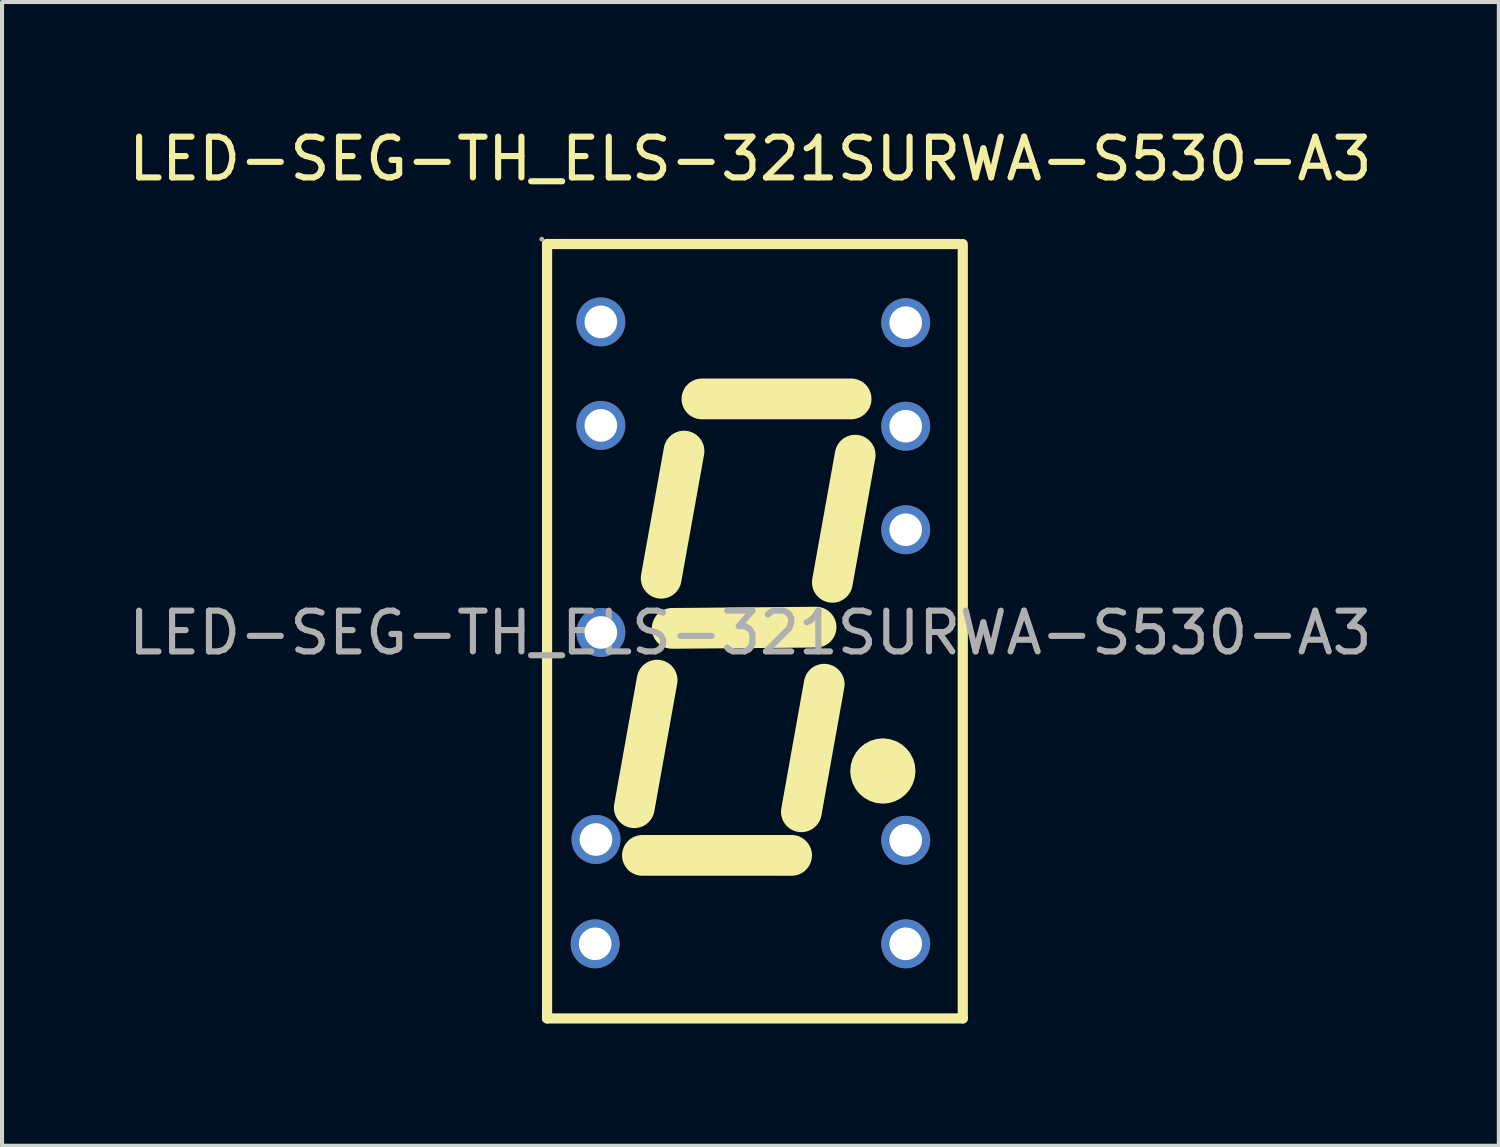
<source format=kicad_pcb>
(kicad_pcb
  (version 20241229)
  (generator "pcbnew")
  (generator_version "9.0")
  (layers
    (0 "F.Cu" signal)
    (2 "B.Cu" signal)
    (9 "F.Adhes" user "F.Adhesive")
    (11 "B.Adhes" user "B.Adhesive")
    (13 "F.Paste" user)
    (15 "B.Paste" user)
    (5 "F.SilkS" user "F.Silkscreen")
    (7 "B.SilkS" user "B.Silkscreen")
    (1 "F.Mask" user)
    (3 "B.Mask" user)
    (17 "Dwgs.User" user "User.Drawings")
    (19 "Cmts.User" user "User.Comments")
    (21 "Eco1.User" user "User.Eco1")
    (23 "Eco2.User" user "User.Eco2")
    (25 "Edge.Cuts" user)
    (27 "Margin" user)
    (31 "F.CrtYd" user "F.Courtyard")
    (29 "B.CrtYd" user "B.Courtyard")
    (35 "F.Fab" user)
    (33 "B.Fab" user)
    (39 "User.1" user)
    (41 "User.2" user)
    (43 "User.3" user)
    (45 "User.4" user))
  (footprint "LED-SEG-TH_ELS-321SURWA-S530-A3"
    (layer "F.Cu")
    (at 15.363 12.478)
    (property "Reference" "LED-SEG-TH_ELS-321SURWA-S530-A3" (at 0 -11.63 0) (layer "F.SilkS") (effects (font (size 1 1) (thickness 0.15))))
    (attr through_hole)
    (fp_line (start -4.99 -9.54) (end -4.99 9.46) (stroke (width 0.25) (type solid)) (layer "F.SilkS"))
    (fp_line (start -4.99 9.46) (end 5.21 9.46) (stroke (width 0.25) (type solid)) (layer "F.SilkS"))
    (fp_line (start -2.85 4.29) (end -2.29 1.16) (stroke (width 1) (type solid)) (layer "F.SilkS"))
    (fp_line (start -2.19 -1.34) (end -1.63 -4.46) (stroke (width 1) (type solid)) (layer "F.SilkS"))
    (fp_line (start 1.01 5.46) (end -2.65 5.46) (stroke (width 1) (type solid)) (layer "F.SilkS"))
    (fp_line (start 1.25 4.39) (end 1.81 1.26) (stroke (width 1) (type solid)) (layer "F.SilkS"))
    (fp_line (start 1.61 -0.14) (end -1.92 -0.11) (stroke (width 1) (type solid)) (layer "F.SilkS"))
    (fp_line (start 2.01 -1.24) (end 2.57 -4.36) (stroke (width 1) (type solid)) (layer "F.SilkS"))
    (fp_line (start 2.47 -5.74) (end -1.19 -5.74) (stroke (width 1) (type solid)) (layer "F.SilkS"))
    (fp_line (start 5.11 -9.54) (end -4.99 -9.54) (stroke (width 0.25) (type solid)) (layer "F.SilkS"))
    (fp_line (start 5.21 -9.54) (end 5.21 9.46) (stroke (width 0.25) (type solid)) (layer "F.SilkS"))
    (fp_arc (start 3.26 3.09) (mid 3.245001 3.690125) (end 3.249996 3.089833) (stroke (width 1) (type solid)) (layer "F.SilkS"))
    (fp_circle (center -5.12 -9.66) (end -5.09 -9.66) (stroke (width 0.06) (type solid)) (fill no) (layer "F.Fab"))
    (fp_circle (center -3.81 7.63) (end -3.66 7.63) (stroke (width 0.3) (type solid)) (fill no) (layer "F.Fab"))
    (fp_circle (center -3.79 5.07) (end -3.64 5.07) (stroke (width 0.3) (type solid)) (fill no) (layer "F.Fab"))
    (fp_circle (center -3.67 -7.63) (end -3.52 -7.63) (stroke (width 0.3) (type solid)) (fill no) (layer "F.Fab"))
    (fp_circle (center -3.67 -5.09) (end -3.52 -5.09) (stroke (width 0.3) (type solid)) (fill no) (layer "F.Fab"))
    (fp_circle (center -3.67 -0.01) (end -3.52 -0.01) (stroke (width 0.3) (type solid)) (fill no) (layer "F.Fab"))
    (fp_circle (center 3.81 -7.61) (end 3.96 -7.61) (stroke (width 0.3) (type solid)) (fill no) (layer "F.Fab"))
    (fp_circle (center 3.81 -5.07) (end 3.96 -5.07) (stroke (width 0.3) (type solid)) (fill no) (layer "F.Fab"))
    (fp_circle (center 3.81 -2.53) (end 3.96 -2.53) (stroke (width 0.3) (type solid)) (fill no) (layer "F.Fab"))
    (fp_circle (center 3.81 5.09) (end 3.96 5.09) (stroke (width 0.3) (type solid)) (fill no) (layer "F.Fab"))
    (fp_circle (center 3.81 7.63) (end 3.96 7.63) (stroke (width 0.3) (type solid)) (fill no) (layer "F.Fab"))
    (fp_text user "${REFERENCE}" (at 0 0 0) (layer "F.Fab") (effects (font (size 1 1) (thickness 0.15))))
    (pad "1" thru_hole circle (at -3.67 -7.63 180) (size 1.2 1.2) (drill 0.8) (layers "*.Cu" "*.Paste" "*.Mask"))
    (pad "2" thru_hole circle (at -3.67 -5.09 180) (size 1.2 1.2) (drill 0.8) (layers "*.Cu" "*.Paste" "*.Mask"))
    (pad "4" thru_hole circle (at -3.67 -0.01 180) (size 1.2 1.2) (drill 0.8) (layers "*.Cu" "*.Paste" "*.Mask"))
    (pad "6" thru_hole circle (at -3.79 5.07 180) (size 1.2 1.2) (drill 0.8) (layers "*.Cu" "*.Paste" "*.Mask"))
    (pad "7" thru_hole circle (at -3.81 7.63 180) (size 1.2 1.2) (drill 0.8) (layers "*.Cu" "*.Paste" "*.Mask"))
    (pad "8" thru_hole circle (at 3.81 7.63 180) (size 1.2 1.2) (drill 0.8) (layers "*.Cu" "*.Paste" "*.Mask"))
    (pad "9" thru_hole circle (at 3.81 5.09 180) (size 1.2 1.2) (drill 0.8) (layers "*.Cu" "*.Paste" "*.Mask"))
    (pad "12" thru_hole circle (at 3.81 -2.53 180) (size 1.2 1.2) (drill 0.8) (layers "*.Cu" "*.Paste" "*.Mask"))
    (pad "13" thru_hole circle (at 3.81 -5.07 180) (size 1.2 1.2) (drill 0.8) (layers "*.Cu" "*.Paste" "*.Mask"))
    (pad "14" thru_hole circle (at 3.81 -7.61 180) (size 1.2 1.2) (drill 0.8) (layers "*.Cu" "*.Paste" "*.Mask")))
  (gr_rect
    (start -3 -3)
    (end 33.726 25.063)
    (stroke (width 0.1) (type default))
    (fill no)
    (layer "Edge.Cuts")))
</source>
